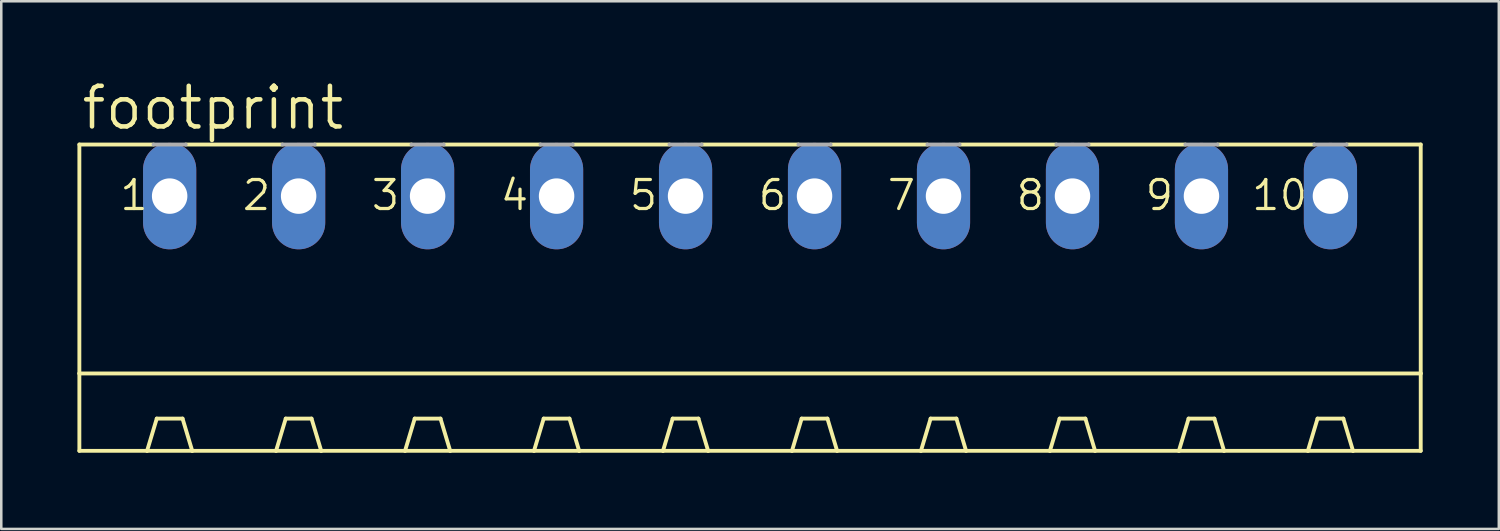
<source format=kicad_pcb>
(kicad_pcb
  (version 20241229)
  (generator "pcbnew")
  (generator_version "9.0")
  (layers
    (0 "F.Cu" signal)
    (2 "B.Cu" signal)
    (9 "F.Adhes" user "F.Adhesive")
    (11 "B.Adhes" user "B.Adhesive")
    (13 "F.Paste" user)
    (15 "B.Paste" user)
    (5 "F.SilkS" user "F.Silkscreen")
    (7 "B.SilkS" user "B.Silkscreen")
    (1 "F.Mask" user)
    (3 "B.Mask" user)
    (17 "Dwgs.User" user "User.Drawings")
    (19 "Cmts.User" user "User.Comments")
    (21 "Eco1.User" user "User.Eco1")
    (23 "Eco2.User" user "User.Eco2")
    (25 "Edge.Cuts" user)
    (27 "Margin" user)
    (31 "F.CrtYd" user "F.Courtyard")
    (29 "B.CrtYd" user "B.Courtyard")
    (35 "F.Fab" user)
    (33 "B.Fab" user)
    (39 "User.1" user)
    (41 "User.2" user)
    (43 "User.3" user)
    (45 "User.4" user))
  (footprint "footprint"
    (layer "F.Cu")
    (at 26.492 9.754)
    (property "Reference" "footprint" (at -26.416 -7.62 0) (layer "F.SilkS") (effects (font (size 1.6 1.6) (thickness 0.178)) (justify left bottom)))
    (fp_line (start -26.416 -7.112) (end -26.416 1.905) (stroke (width 0.152) (type solid)) (layer "F.SilkS"))
    (fp_line (start -26.416 -7.112) (end -23.495 -7.112) (stroke (width 0.152) (type solid)) (layer "F.SilkS"))
    (fp_line (start -26.416 1.905) (end -26.416 4.953) (stroke (width 0.152) (type solid)) (layer "F.SilkS"))
    (fp_line (start -26.416 1.905) (end 26.416 1.905) (stroke (width 0.152) (type solid)) (layer "F.SilkS"))
    (fp_line (start -26.416 4.953) (end -23.749 4.953) (stroke (width 0.152) (type solid)) (layer "F.SilkS"))
    (fp_line (start -23.749 4.953) (end -23.368 3.683) (stroke (width 0.152) (type solid)) (layer "F.SilkS"))
    (fp_line (start -23.749 4.953) (end -21.971 4.953) (stroke (width 0.152) (type solid)) (layer "F.SilkS"))
    (fp_line (start -22.352 3.683) (end -23.368 3.683) (stroke (width 0.152) (type solid)) (layer "F.SilkS"))
    (fp_line (start -22.225 -7.112) (end -18.415 -7.112) (stroke (width 0.152) (type solid)) (layer "F.SilkS"))
    (fp_line (start -21.971 4.953) (end -22.352 3.683) (stroke (width 0.152) (type solid)) (layer "F.SilkS"))
    (fp_line (start -21.971 4.953) (end -18.669 4.953) (stroke (width 0.152) (type solid)) (layer "F.SilkS"))
    (fp_line (start -18.669 4.953) (end -18.288 3.683) (stroke (width 0.152) (type solid)) (layer "F.SilkS"))
    (fp_line (start -18.669 4.953) (end -16.891 4.953) (stroke (width 0.152) (type solid)) (layer "F.SilkS"))
    (fp_line (start -18.288 3.683) (end -17.272 3.683) (stroke (width 0.152) (type solid)) (layer "F.SilkS"))
    (fp_line (start -17.145 -7.112) (end -13.335 -7.112) (stroke (width 0.152) (type solid)) (layer "F.SilkS"))
    (fp_line (start -16.891 4.953) (end -17.272 3.683) (stroke (width 0.152) (type solid)) (layer "F.SilkS"))
    (fp_line (start -16.891 4.953) (end -13.589 4.953) (stroke (width 0.152) (type solid)) (layer "F.SilkS"))
    (fp_line (start -13.589 4.953) (end -13.208 3.683) (stroke (width 0.152) (type solid)) (layer "F.SilkS"))
    (fp_line (start -13.589 4.953) (end -11.811 4.953) (stroke (width 0.152) (type solid)) (layer "F.SilkS"))
    (fp_line (start -13.208 3.683) (end -12.192 3.683) (stroke (width 0.152) (type solid)) (layer "F.SilkS"))
    (fp_line (start -12.065 -7.112) (end -8.255 -7.112) (stroke (width 0.152) (type solid)) (layer "F.SilkS"))
    (fp_line (start -11.811 4.953) (end -12.192 3.683) (stroke (width 0.152) (type solid)) (layer "F.SilkS"))
    (fp_line (start -11.811 4.953) (end -8.509 4.953) (stroke (width 0.152) (type solid)) (layer "F.SilkS"))
    (fp_line (start -8.509 4.953) (end -8.128 3.683) (stroke (width 0.152) (type solid)) (layer "F.SilkS"))
    (fp_line (start -8.509 4.953) (end -6.731 4.953) (stroke (width 0.152) (type solid)) (layer "F.SilkS"))
    (fp_line (start -8.128 3.683) (end -7.112 3.683) (stroke (width 0.152) (type solid)) (layer "F.SilkS"))
    (fp_line (start -6.985 -7.112) (end -3.175 -7.112) (stroke (width 0.152) (type solid)) (layer "F.SilkS"))
    (fp_line (start -6.731 4.953) (end -7.112 3.683) (stroke (width 0.152) (type solid)) (layer "F.SilkS"))
    (fp_line (start -6.731 4.953) (end -3.429 4.953) (stroke (width 0.152) (type solid)) (layer "F.SilkS"))
    (fp_line (start -3.429 4.953) (end -3.048 3.683) (stroke (width 0.152) (type solid)) (layer "F.SilkS"))
    (fp_line (start -3.429 4.953) (end -1.651 4.953) (stroke (width 0.152) (type solid)) (layer "F.SilkS"))
    (fp_line (start -3.048 3.683) (end -2.032 3.683) (stroke (width 0.152) (type solid)) (layer "F.SilkS"))
    (fp_line (start -1.905 -7.112) (end 1.905 -7.112) (stroke (width 0.152) (type solid)) (layer "F.SilkS"))
    (fp_line (start -1.651 4.953) (end -2.032 3.683) (stroke (width 0.152) (type solid)) (layer "F.SilkS"))
    (fp_line (start -1.651 4.953) (end 1.651 4.953) (stroke (width 0.152) (type solid)) (layer "F.SilkS"))
    (fp_line (start 1.651 4.953) (end 2.032 3.683) (stroke (width 0.152) (type solid)) (layer "F.SilkS"))
    (fp_line (start 1.651 4.953) (end 3.429 4.953) (stroke (width 0.152) (type solid)) (layer "F.SilkS"))
    (fp_line (start 2.032 3.683) (end 3.048 3.683) (stroke (width 0.152) (type solid)) (layer "F.SilkS"))
    (fp_line (start 3.175 -7.112) (end 6.985 -7.112) (stroke (width 0.152) (type solid)) (layer "F.SilkS"))
    (fp_line (start 3.429 4.953) (end 3.048 3.683) (stroke (width 0.152) (type solid)) (layer "F.SilkS"))
    (fp_line (start 3.429 4.953) (end 6.731 4.953) (stroke (width 0.152) (type solid)) (layer "F.SilkS"))
    (fp_line (start 6.731 4.953) (end 7.112 3.683) (stroke (width 0.152) (type solid)) (layer "F.SilkS"))
    (fp_line (start 6.731 4.953) (end 8.509 4.953) (stroke (width 0.152) (type solid)) (layer "F.SilkS"))
    (fp_line (start 7.112 3.683) (end 8.128 3.683) (stroke (width 0.152) (type solid)) (layer "F.SilkS"))
    (fp_line (start 8.255 -7.112) (end 12.065 -7.112) (stroke (width 0.152) (type solid)) (layer "F.SilkS"))
    (fp_line (start 8.509 4.953) (end 8.128 3.683) (stroke (width 0.152) (type solid)) (layer "F.SilkS"))
    (fp_line (start 8.509 4.953) (end 11.811 4.953) (stroke (width 0.152) (type solid)) (layer "F.SilkS"))
    (fp_line (start 11.811 4.953) (end 12.192 3.683) (stroke (width 0.152) (type solid)) (layer "F.SilkS"))
    (fp_line (start 11.811 4.953) (end 13.589 4.953) (stroke (width 0.152) (type solid)) (layer "F.SilkS"))
    (fp_line (start 12.192 3.683) (end 13.208 3.683) (stroke (width 0.152) (type solid)) (layer "F.SilkS"))
    (fp_line (start 13.335 -7.112) (end 17.145 -7.112) (stroke (width 0.152) (type solid)) (layer "F.SilkS"))
    (fp_line (start 13.589 4.953) (end 13.208 3.683) (stroke (width 0.152) (type solid)) (layer "F.SilkS"))
    (fp_line (start 13.589 4.953) (end 16.891 4.953) (stroke (width 0.152) (type solid)) (layer "F.SilkS"))
    (fp_line (start 16.891 4.953) (end 17.272 3.683) (stroke (width 0.152) (type solid)) (layer "F.SilkS"))
    (fp_line (start 16.891 4.953) (end 18.669 4.953) (stroke (width 0.152) (type solid)) (layer "F.SilkS"))
    (fp_line (start 17.272 3.683) (end 18.288 3.683) (stroke (width 0.152) (type solid)) (layer "F.SilkS"))
    (fp_line (start 18.415 -7.112) (end 22.225 -7.112) (stroke (width 0.152) (type solid)) (layer "F.SilkS"))
    (fp_line (start 18.669 4.953) (end 18.288 3.683) (stroke (width 0.152) (type solid)) (layer "F.SilkS"))
    (fp_line (start 18.669 4.953) (end 21.971 4.953) (stroke (width 0.152) (type solid)) (layer "F.SilkS"))
    (fp_line (start 21.971 4.953) (end 22.352 3.683) (stroke (width 0.152) (type solid)) (layer "F.SilkS"))
    (fp_line (start 21.971 4.953) (end 23.749 4.953) (stroke (width 0.152) (type solid)) (layer "F.SilkS"))
    (fp_line (start 22.352 3.683) (end 23.368 3.683) (stroke (width 0.152) (type solid)) (layer "F.SilkS"))
    (fp_line (start 23.495 -7.112) (end 26.416 -7.112) (stroke (width 0.152) (type solid)) (layer "F.SilkS"))
    (fp_line (start 23.749 4.953) (end 23.368 3.683) (stroke (width 0.152) (type solid)) (layer "F.SilkS"))
    (fp_line (start 23.749 4.953) (end 26.416 4.953) (stroke (width 0.152) (type solid)) (layer "F.SilkS"))
    (fp_line (start 26.416 -7.112) (end 26.416 1.905) (stroke (width 0.152) (type solid)) (layer "F.SilkS"))
    (fp_line (start 26.416 1.905) (end 26.416 4.953) (stroke (width 0.152) (type solid)) (layer "F.SilkS"))
    (fp_line (start -23.495 -7.112) (end -22.225 -7.112) (stroke (width 0.152) (type solid)) (layer "F.Fab"))
    (fp_line (start -18.415 -7.112) (end -17.145 -7.112) (stroke (width 0.152) (type solid)) (layer "F.Fab"))
    (fp_line (start -13.335 -7.112) (end -12.065 -7.112) (stroke (width 0.152) (type solid)) (layer "F.Fab"))
    (fp_line (start -8.255 -7.112) (end -6.985 -7.112) (stroke (width 0.152) (type solid)) (layer "F.Fab"))
    (fp_line (start -3.175 -7.112) (end -1.905 -7.112) (stroke (width 0.152) (type solid)) (layer "F.Fab"))
    (fp_line (start 1.905 -7.112) (end 3.175 -7.112) (stroke (width 0.152) (type solid)) (layer "F.Fab"))
    (fp_line (start 6.985 -7.112) (end 8.255 -7.112) (stroke (width 0.152) (type solid)) (layer "F.Fab"))
    (fp_line (start 12.065 -7.112) (end 13.335 -7.112) (stroke (width 0.152) (type solid)) (layer "F.Fab"))
    (fp_line (start 17.145 -7.112) (end 18.415 -7.112) (stroke (width 0.152) (type solid)) (layer "F.Fab"))
    (fp_line (start 22.225 -7.112) (end 23.495 -7.112) (stroke (width 0.152) (type solid)) (layer "F.Fab"))
    (fp_text user "5" (at -4.826 -4.445 0) (layer "F.SilkS") (effects (font (size 1.143 1.143) (thickness 0.127)) (justify left bottom)))
    (fp_text user "9" (at 15.494 -4.445 0) (layer "F.SilkS") (effects (font (size 1.143 1.143) (thickness 0.127)) (justify left bottom)))
    (fp_text user "1" (at -24.892 -4.445 0) (layer "F.SilkS") (effects (font (size 1.143 1.143) (thickness 0.127)) (justify left bottom)))
    (fp_text user "10" (at 19.685 -4.445 0) (layer "F.SilkS") (effects (font (size 1.143 1.143) (thickness 0.127)) (justify left bottom)))
    (fp_text user "8" (at 10.414 -4.445 0) (layer "F.SilkS") (effects (font (size 1.143 1.143) (thickness 0.127)) (justify left bottom)))
    (fp_text user "3" (at -14.986 -4.445 0) (layer "F.SilkS") (effects (font (size 1.143 1.143) (thickness 0.127)) (justify left bottom)))
    (fp_text user "7" (at 5.334 -4.445 0) (layer "F.SilkS") (effects (font (size 1.143 1.143) (thickness 0.127)) (justify left bottom)))
    (fp_text user "2" (at -20.066 -4.445 0) (layer "F.SilkS") (effects (font (size 1.143 1.143) (thickness 0.127)) (justify left bottom)))
    (fp_text user "6" (at 0.254 -4.445 0) (layer "F.SilkS") (effects (font (size 1.143 1.143) (thickness 0.127)) (justify left bottom)))
    (fp_text user "4" (at -9.906 -4.445 0) (layer "F.SilkS") (effects (font (size 1.143 1.143) (thickness 0.127)) (justify left bottom)))
    (pad "1" thru_hole oval (at -22.86 -5.08 90) (size 4.191 2.095) (drill 1.397) (layers "*.Cu" "*.Mask"))
    (pad "2" thru_hole oval (at -17.78 -5.08 90) (size 4.191 2.095) (drill 1.397) (layers "*.Cu" "*.Mask"))
    (pad "3" thru_hole oval (at -12.7 -5.08 90) (size 4.191 2.095) (drill 1.397) (layers "*.Cu" "*.Mask"))
    (pad "4" thru_hole oval (at -7.62 -5.08 90) (size 4.191 2.095) (drill 1.397) (layers "*.Cu" "*.Mask"))
    (pad "5" thru_hole oval (at -2.54 -5.08 90) (size 4.191 2.095) (drill 1.397) (layers "*.Cu" "*.Mask"))
    (pad "6" thru_hole oval (at 2.54 -5.08 90) (size 4.191 2.095) (drill 1.397) (layers "*.Cu" "*.Mask"))
    (pad "7" thru_hole oval (at 7.62 -5.08 90) (size 4.191 2.095) (drill 1.397) (layers "*.Cu" "*.Mask"))
    (pad "8" thru_hole oval (at 12.7 -5.08 90) (size 4.191 2.095) (drill 1.397) (layers "*.Cu" "*.Mask"))
    (pad "9" thru_hole oval (at 17.78 -5.08 90) (size 4.191 2.095) (drill 1.397) (layers "*.Cu" "*.Mask"))
    (pad "10" thru_hole oval (at 22.86 -5.08 90) (size 4.191 2.095) (drill 1.397) (layers "*.Cu" "*.Mask")))
  (gr_rect
    (start -3 -3)
    (end 55.984 17.783)
    (stroke (width 0.1) (type default))
    (fill no)
    (layer "Edge.Cuts")))
</source>
